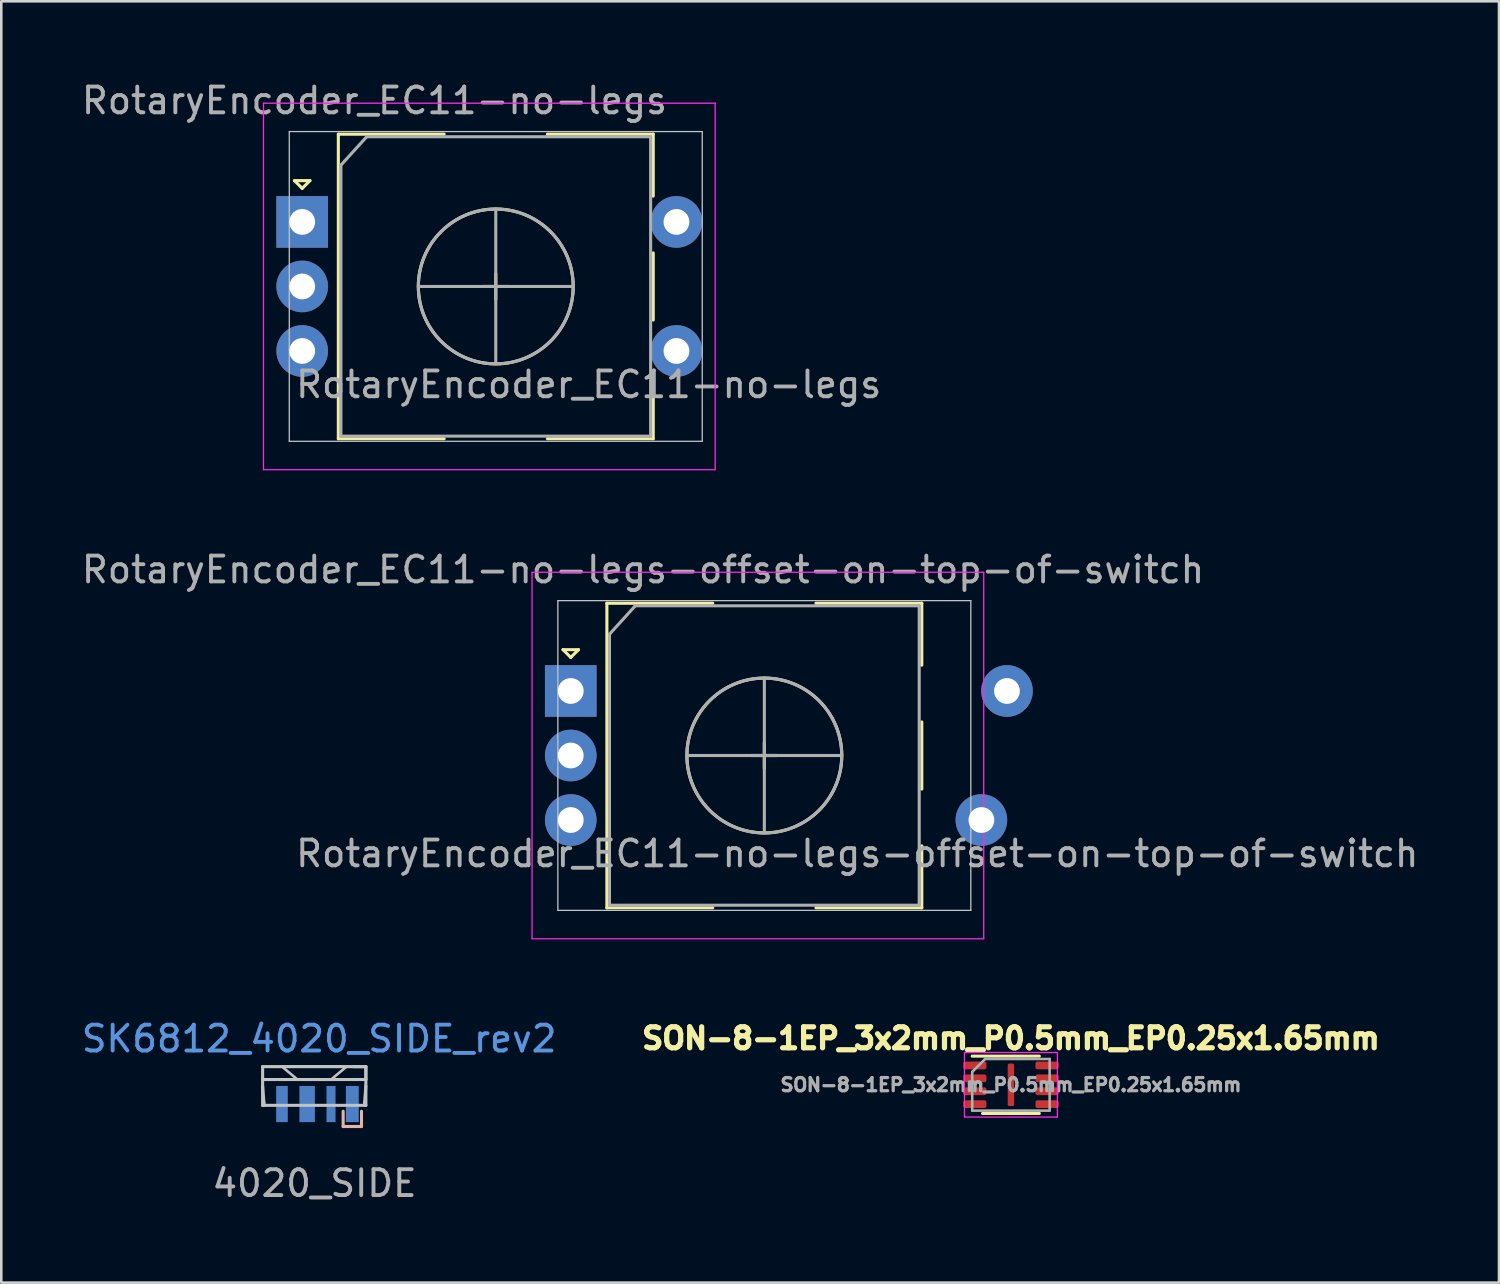
<source format=kicad_pcb>
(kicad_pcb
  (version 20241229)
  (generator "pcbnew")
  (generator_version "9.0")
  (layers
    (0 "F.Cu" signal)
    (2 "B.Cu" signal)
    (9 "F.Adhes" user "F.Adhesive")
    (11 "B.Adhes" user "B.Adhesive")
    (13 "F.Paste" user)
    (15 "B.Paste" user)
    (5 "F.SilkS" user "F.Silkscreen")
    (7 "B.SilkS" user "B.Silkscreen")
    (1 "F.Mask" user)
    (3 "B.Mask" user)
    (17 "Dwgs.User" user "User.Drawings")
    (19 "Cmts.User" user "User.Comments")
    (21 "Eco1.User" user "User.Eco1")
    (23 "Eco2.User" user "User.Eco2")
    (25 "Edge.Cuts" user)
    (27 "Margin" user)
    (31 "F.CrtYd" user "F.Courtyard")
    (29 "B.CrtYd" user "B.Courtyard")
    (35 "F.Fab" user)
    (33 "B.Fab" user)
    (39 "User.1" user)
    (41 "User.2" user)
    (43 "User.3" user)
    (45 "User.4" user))
  (footprint "RotaryEncoder_EC11-no-legs"
    (layer "F.Cu")
    (at 16.158 8.048)
    (property "Reference" "RotaryEncoder_EC11-no-legs" (at -4.7 -7.2 0) (layer "F.Fab") (effects (font (size 1 1) (thickness 0.15))))
    (attr through_hole)
    (fp_line (start -7.8 -4.1) (end -7.2 -4.1) (stroke (width 0.12) (type solid)) (layer "F.SilkS"))
    (fp_line (start -7.5 -3.8) (end -7.8 -4.1) (stroke (width 0.12) (type solid)) (layer "F.SilkS"))
    (fp_line (start -7.2 -4.1) (end -7.5 -3.8) (stroke (width 0.12) (type solid)) (layer "F.SilkS"))
    (fp_line (start -6.1 -5.9) (end -6.1 5.9) (stroke (width 0.12) (type solid)) (layer "F.SilkS"))
    (fp_line (start -2 -5.9) (end -6.1 -5.9) (stroke (width 0.12) (type solid)) (layer "F.SilkS"))
    (fp_line (start -2 5.9) (end -6.1 5.9) (stroke (width 0.12) (type solid)) (layer "F.SilkS"))
    (fp_line (start -0.5 0) (end 0.5 0) (stroke (width 0.12) (type solid)) (layer "F.SilkS"))
    (fp_line (start 0 -0.5) (end 0 0.5) (stroke (width 0.12) (type solid)) (layer "F.SilkS"))
    (fp_line (start 2 -5.9) (end 6.1 -5.9) (stroke (width 0.12) (type solid)) (layer "F.SilkS"))
    (fp_line (start 6.1 -5.9) (end 6.1 -3.5) (stroke (width 0.12) (type solid)) (layer "F.SilkS"))
    (fp_line (start 6.1 -1.3) (end 6.1 1.3) (stroke (width 0.12) (type solid)) (layer "F.SilkS"))
    (fp_line (start 6.1 3.5) (end 6.1 5.9) (stroke (width 0.12) (type solid)) (layer "F.SilkS"))
    (fp_line (start 6.1 5.9) (end 2 5.9) (stroke (width 0.12) (type solid)) (layer "F.SilkS"))
    (fp_circle (center 0 0) (end 3 0) (stroke (width 0.12) (type solid)) (fill no) (layer "F.SilkS"))
    (fp_line (start -8 -6) (end -8 6) (stroke (width 0.05) (type solid)) (layer "Dwgs.User"))
    (fp_line (start -8 -6) (end 8 -6) (stroke (width 0.05) (type solid)) (layer "Dwgs.User"))
    (fp_line (start 8 6) (end -8 6) (stroke (width 0.05) (type solid)) (layer "Dwgs.User"))
    (fp_line (start 8 6) (end 8 -6) (stroke (width 0.05) (type solid)) (layer "Dwgs.User"))
    (fp_line (start -9 -7.1) (end -9 7.1) (stroke (width 0.05) (type solid)) (layer "F.CrtYd"))
    (fp_line (start -9 -7.1) (end 8.5 -7.1) (stroke (width 0.05) (type solid)) (layer "F.CrtYd"))
    (fp_line (start 8.5 7.1) (end -9 7.1) (stroke (width 0.05) (type solid)) (layer "F.CrtYd"))
    (fp_line (start 8.5 7.1) (end 8.5 -7.1) (stroke (width 0.05) (type solid)) (layer "F.CrtYd"))
    (fp_line (start -6 -4.7) (end -5 -5.8) (stroke (width 0.12) (type solid)) (layer "F.Fab"))
    (fp_line (start -6 5.8) (end -6 -4.7) (stroke (width 0.12) (type solid)) (layer "F.Fab"))
    (fp_line (start -5 -5.8) (end 6 -5.8) (stroke (width 0.12) (type solid)) (layer "F.Fab"))
    (fp_line (start -3 0) (end 3 0) (stroke (width 0.12) (type solid)) (layer "F.Fab"))
    (fp_line (start 0 -3) (end 0 3) (stroke (width 0.12) (type solid)) (layer "F.Fab"))
    (fp_line (start 6 -5.8) (end 6 5.8) (stroke (width 0.12) (type solid)) (layer "F.Fab"))
    (fp_line (start 6 5.8) (end -6 5.8) (stroke (width 0.12) (type solid)) (layer "F.Fab"))
    (fp_circle (center 0 0) (end 3 0) (stroke (width 0.12) (type solid)) (fill no) (layer "F.Fab"))
    (fp_text user "${REFERENCE}" (at 3.6 3.8 0) (layer "F.Fab") (effects (font (size 1 1) (thickness 0.15))))
    (pad "A" thru_hole rect (at -7.5 -2.5) (size 2 2) (drill 1) (layers "*.Cu" "*.Mask"))
    (pad "B" thru_hole circle (at -7.5 2.5) (size 2 2) (drill 1) (layers "*.Cu" "*.Mask"))
    (pad "C" thru_hole circle (at -7.5 0) (size 2 2) (drill 1) (layers "*.Cu" "*.Mask"))
    (pad "S1" thru_hole circle (at 7 2.5) (size 2 2) (drill 1) (layers "*.Cu" "*.Mask"))
    (pad "S2" thru_hole circle (at 7 -2.5) (size 2 2) (drill 1) (layers "*.Cu" "*.Mask")))
  (footprint "RotaryEncoder_EC11-no-legs-offset-on-top-of-switch"
    (layer "F.Cu")
    (at 26.563 26.221)
    (property "Reference" "RotaryEncoder_EC11-no-legs-offset-on-top-of-switch" (at -4.7 -7.2 0) (layer "F.Fab") (effects (font (size 1 1) (thickness 0.15))))
    (attr through_hole)
    (fp_line (start -7.8 -4.1) (end -7.2 -4.1) (stroke (width 0.12) (type solid)) (layer "F.SilkS"))
    (fp_line (start -7.5 -3.8) (end -7.8 -4.1) (stroke (width 0.12) (type solid)) (layer "F.SilkS"))
    (fp_line (start -7.2 -4.1) (end -7.5 -3.8) (stroke (width 0.12) (type solid)) (layer "F.SilkS"))
    (fp_line (start -6.1 -5.9) (end -6.1 5.9) (stroke (width 0.12) (type solid)) (layer "F.SilkS"))
    (fp_line (start -2 -5.9) (end -6.1 -5.9) (stroke (width 0.12) (type solid)) (layer "F.SilkS"))
    (fp_line (start -2 5.9) (end -6.1 5.9) (stroke (width 0.12) (type solid)) (layer "F.SilkS"))
    (fp_line (start -0.5 0) (end 0.5 0) (stroke (width 0.12) (type solid)) (layer "F.SilkS"))
    (fp_line (start 0 -0.5) (end 0 0.5) (stroke (width 0.12) (type solid)) (layer "F.SilkS"))
    (fp_line (start 2 -5.9) (end 6.1 -5.9) (stroke (width 0.12) (type solid)) (layer "F.SilkS"))
    (fp_line (start 6.1 -5.9) (end 6.1 -3.5) (stroke (width 0.12) (type solid)) (layer "F.SilkS"))
    (fp_line (start 6.1 -1.3) (end 6.1 1.3) (stroke (width 0.12) (type solid)) (layer "F.SilkS"))
    (fp_line (start 6.1 3.5) (end 6.1 5.9) (stroke (width 0.12) (type solid)) (layer "F.SilkS"))
    (fp_line (start 6.1 5.9) (end 2 5.9) (stroke (width 0.12) (type solid)) (layer "F.SilkS"))
    (fp_circle (center 0 0) (end 3 0) (stroke (width 0.12) (type solid)) (fill no) (layer "F.SilkS"))
    (fp_line (start -8 -6) (end -8 6) (stroke (width 0.05) (type solid)) (layer "Dwgs.User"))
    (fp_line (start -8 -6) (end 8 -6) (stroke (width 0.05) (type solid)) (layer "Dwgs.User"))
    (fp_line (start 8 6) (end -8 6) (stroke (width 0.05) (type solid)) (layer "Dwgs.User"))
    (fp_line (start 8 6) (end 8 -6) (stroke (width 0.05) (type solid)) (layer "Dwgs.User"))
    (fp_line (start -9 -7.1) (end -9 7.1) (stroke (width 0.05) (type solid)) (layer "F.CrtYd"))
    (fp_line (start -9 -7.1) (end 8.5 -7.1) (stroke (width 0.05) (type solid)) (layer "F.CrtYd"))
    (fp_line (start 8.5 7.1) (end -9 7.1) (stroke (width 0.05) (type solid)) (layer "F.CrtYd"))
    (fp_line (start 8.5 7.1) (end 8.5 -7.1) (stroke (width 0.05) (type solid)) (layer "F.CrtYd"))
    (fp_line (start -6 -4.7) (end -5 -5.8) (stroke (width 0.12) (type solid)) (layer "F.Fab"))
    (fp_line (start -6 5.8) (end -6 -4.7) (stroke (width 0.12) (type solid)) (layer "F.Fab"))
    (fp_line (start -5 -5.8) (end 6 -5.8) (stroke (width 0.12) (type solid)) (layer "F.Fab"))
    (fp_line (start -3 0) (end 3 0) (stroke (width 0.12) (type solid)) (layer "F.Fab"))
    (fp_line (start 0 -3) (end 0 3) (stroke (width 0.12) (type solid)) (layer "F.Fab"))
    (fp_line (start 6 -5.8) (end 6 5.8) (stroke (width 0.12) (type solid)) (layer "F.Fab"))
    (fp_line (start 6 5.8) (end -6 5.8) (stroke (width 0.12) (type solid)) (layer "F.Fab"))
    (fp_circle (center 0 0) (end 3 0) (stroke (width 0.12) (type solid)) (fill no) (layer "F.Fab"))
    (fp_text user "${REFERENCE}" (at 3.6 3.8 0) (layer "F.Fab") (effects (font (size 1 1) (thickness 0.15))))
    (pad "A" thru_hole rect (at -7.5 -2.5) (size 2 2) (drill 1) (layers "*.Cu" "*.Mask"))
    (pad "B" thru_hole circle (at -7.5 2.5) (size 2 2) (drill 1) (layers "*.Cu" "*.Mask"))
    (pad "C" thru_hole circle (at -7.5 0) (size 2 2) (drill 1) (layers "*.Cu" "*.Mask"))
    (pad "S1" thru_hole circle (at 8.41 2.5) (size 2 2) (drill 1) (layers "*.Cu" "*.Mask"))
    (pad "S2" thru_hole circle (at 9.4 -2.5) (size 2 2) (drill 1) (layers "*.Cu" "*.Mask")))
  (footprint "SK6812_4020_SIDE_rev2"
    (layer "F.Cu")
    (at 9.125 39.025)
    (property "Reference" "SK6812_4020_SIDE_rev2" (at 0.19 -1.83 0) (layer "Cmts.User") (effects (font (size 1 1) (thickness 0.15))))
    (attr through_hole)
    (fp_line (start 1.12 0.98) (end 1.12 1.57) (stroke (width 0.12) (type solid)) (layer "B.SilkS"))
    (fp_line (start 1.12 1.57) (end 1.83 1.57) (stroke (width 0.12) (type solid)) (layer "B.SilkS"))
    (fp_line (start 1.83 1.57) (end 1.83 0.98) (stroke (width 0.12) (type solid)) (layer "B.SilkS"))
    (fp_line (start -2 -0.75) (end 2 -0.75) (stroke (width 0.12) (type solid)) (layer "Dwgs.User"))
    (fp_line (start -2 0) (end -1.95 0.65) (stroke (width 0.12) (type solid)) (layer "Dwgs.User"))
    (fp_line (start -2 0.75) (end -2 -0.75) (stroke (width 0.12) (type solid)) (layer "Dwgs.User"))
    (fp_line (start -1.95 0.65) (end -1.95 0.75) (stroke (width 0.12) (type solid)) (layer "Dwgs.User"))
    (fp_line (start 1.95 0.65) (end 1.95 0.75) (stroke (width 0.12) (type solid)) (layer "Dwgs.User"))
    (fp_line (start 2 -0.75) (end 1.5 -0.75) (stroke (width 0.12) (type solid)) (layer "Dwgs.User"))
    (fp_line (start 2 -0.75) (end 2 -0.25) (stroke (width 0.12) (type solid)) (layer "Dwgs.User"))
    (fp_line (start 2 -0.75) (end 2 0.75) (stroke (width 0.12) (type solid)) (layer "Dwgs.User"))
    (fp_line (start 2 -0.25) (end -2 -0.25) (stroke (width 0.12) (type solid)) (layer "Dwgs.User"))
    (fp_line (start 2 0) (end 1.95 0.65) (stroke (width 0.12) (type solid)) (layer "Dwgs.User"))
    (fp_line (start 2 0.75) (end -2 0.75) (stroke (width 0.12) (type solid)) (layer "Dwgs.User"))
    (fp_poly (pts (xy 0.65 -0.25) (xy -0.65 -0.25) (xy -1.25 -0.75) (xy 1.25 -0.75)) (stroke (width 0.1) (type solid)) (fill no) (layer "Dwgs.User"))
    (fp_text user "4020_SIDE" (at 0.01 3.77 0) (layer "F.Fab") (effects (font (size 1 1) (thickness 0.15))))
    (pad "1" smd rect (at -1.25 0.7) (size 0.45 1.4) (layers "B.Cu" "B.Mask" "B.Paste"))
    (pad "2" smd rect (at -0.275 0.7) (size 0.6 1.4) (layers "B.Cu" "B.Mask" "B.Paste"))
    (pad "3" smd rect (at 0.65 0.7) (size 0.35 1.4) (layers "B.Cu" "B.Mask" "B.Paste"))
    (pad "4" smd rect (at 1.475 0.7) (size 0.5 1.4) (layers "B.Cu" "B.Mask" "B.Paste")))
  (footprint "SON-8-1EP_3x2mm_P0.5mm_EP0.25x1.65mm"
    (layer "F.Cu")
    (at 36.117 38.979)
    (property "Reference" "SON-8-1EP_3x2mm_P0.5mm_EP0.25x1.65mm" (at 0 0 0) (layer "F.Fab") (effects (font (size 0.508 0.508) (thickness 0.127))))
    (attr smd)
    (fp_line (start -1.5 -1.11) (end 1.1 -1.11) (stroke (width 0.12) (type solid)) (layer "F.SilkS"))
    (fp_line (start -1.1 1.11) (end 1.1 1.11) (stroke (width 0.12) (type solid)) (layer "F.SilkS"))
    (fp_line (start -1.8 -1.25) (end -1.8 1.25) (stroke (width 0.05) (type solid)) (layer "F.CrtYd"))
    (fp_line (start -1.8 1.25) (end 1.8 1.25) (stroke (width 0.05) (type solid)) (layer "F.CrtYd"))
    (fp_line (start 1.8 -1.25) (end -1.8 -1.25) (stroke (width 0.05) (type solid)) (layer "F.CrtYd"))
    (fp_line (start 1.8 1.25) (end 1.8 -1.25) (stroke (width 0.05) (type solid)) (layer "F.CrtYd"))
    (fp_line (start -1.5 -0.5) (end -1 -1) (stroke (width 0.1) (type solid)) (layer "F.Fab"))
    (fp_line (start -1.5 1) (end -1.5 -0.5) (stroke (width 0.1) (type solid)) (layer "F.Fab"))
    (fp_line (start -1 -1) (end 1.5 -1) (stroke (width 0.1) (type solid)) (layer "F.Fab"))
    (fp_line (start 1.5 -1) (end 1.5 1) (stroke (width 0.1) (type solid)) (layer "F.Fab"))
    (fp_line (start 1.5 1) (end -1.5 1) (stroke (width 0.1) (type solid)) (layer "F.Fab"))
    (fp_text user "${REFERENCE}" (at 0 -1.8 0) (layer "F.SilkS") (effects (font (size 0.813 0.813) (thickness 0.203))))
    (pad "1" smd roundrect (at -1.4 -0.75) (size 0.9 0.3) (layers "F.Cu" "F.Mask" "F.Paste") (roundrect_rratio 0.25))
    (pad "2" smd roundrect (at -1.4 -0.25) (size 0.9 0.3) (layers "F.Cu" "F.Mask" "F.Paste") (roundrect_rratio 0.25))
    (pad "3" smd roundrect (at -1.4 0.25) (size 0.9 0.3) (layers "F.Cu" "F.Mask" "F.Paste") (roundrect_rratio 0.25))
    (pad "4" smd roundrect (at -1.4 0.75) (size 0.9 0.3) (layers "F.Cu" "F.Mask" "F.Paste") (roundrect_rratio 0.25))
    (pad "5" smd roundrect (at 1.4 0.75) (size 0.9 0.3) (layers "F.Cu" "F.Mask" "F.Paste") (roundrect_rratio 0.25))
    (pad "6" smd roundrect (at 1.4 0.25) (size 0.9 0.3) (layers "F.Cu" "F.Mask" "F.Paste") (roundrect_rratio 0.25))
    (pad "7" smd roundrect (at 1.4 -0.25) (size 0.9 0.3) (layers "F.Cu" "F.Mask" "F.Paste") (roundrect_rratio 0.25))
    (pad "8" smd roundrect (at 1.4 -0.75) (size 0.9 0.3) (layers "F.Cu" "F.Mask" "F.Paste") (roundrect_rratio 0.25))
    (pad "9" smd roundrect (at 0 0) (size 0.25 1.65) (layers "F.Cu" "F.Mask") (roundrect_rratio 0.25)))
  (gr_rect
    (start -3 -3)
    (end 55.026 46.643)
    (stroke (width 0.1) (type default))
    (fill no)
    (layer "Edge.Cuts")))
</source>
